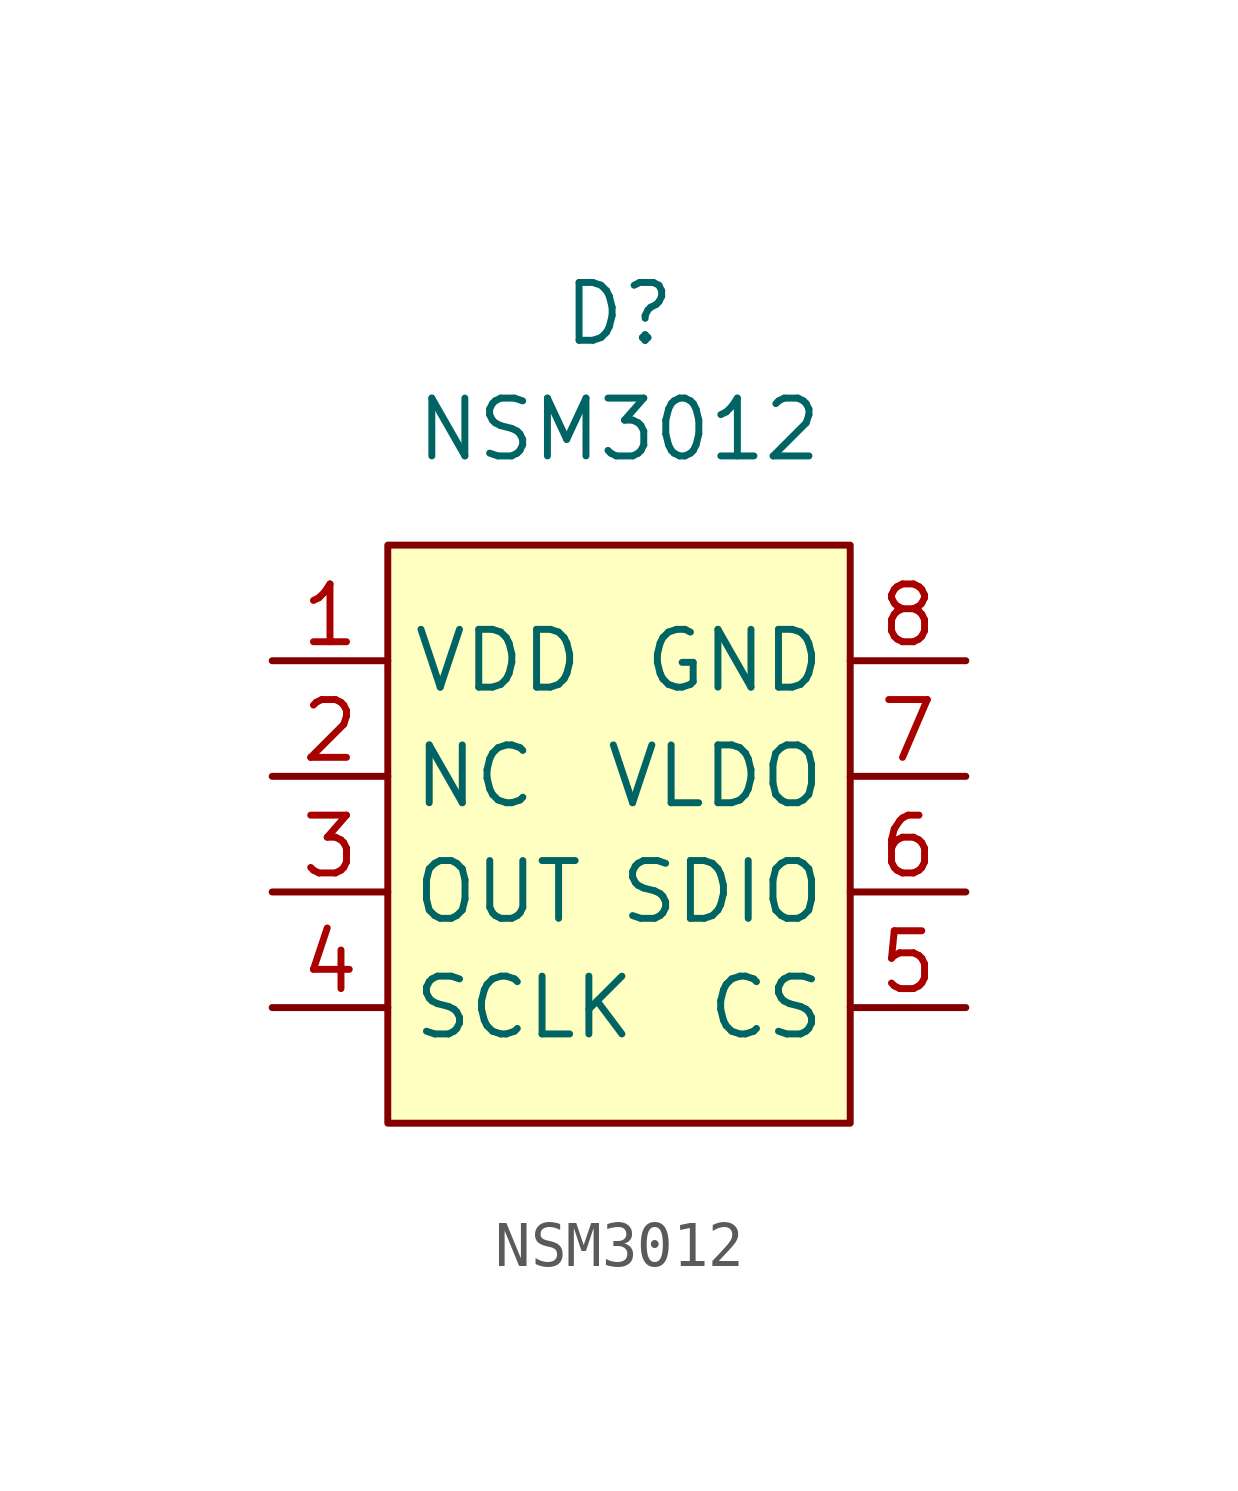
<source format=kicad_sym>
(kicad_symbol_lib
  (version 20220914)
  (generator kicad_symbol_editor)
  (symbol "NSM3012"
    (property "Reference" "D"
      (at 0 5.08 0)
      (effects (font (size 1.27 1.27))))
    (property "Value" "NSM3012"
      (at 0 2.54 0)
      (effects (font (size 1.27 1.27))))
    (symbol "NSM3012_1_1"
      (rectangle (start -5.08 0) (end 5.08 -12.7) (stroke (width 0) (type default)) (fill (type background)))
      (pin input line (at -7.62 -2.54 0) (length 2.54) (name "VDD" (effects (font (size 1.27 1.27)))) (number "1" (effects (font (size 1.27 1.27)))))
      (pin input line (at -7.62 -5.08 0) (length 2.54) (name "NC" (effects (font (size 1.27 1.27)))) (number "2" (effects (font (size 1.27 1.27)))))
      (pin input line (at -7.62 -7.62 0) (length 2.54) (name "OUT" (effects (font (size 1.27 1.27)))) (number "3" (effects (font (size 1.27 1.27)))))
      (pin input line (at -7.62 -10.16 0) (length 2.54) (name "SCLK" (effects (font (size 1.27 1.27)))) (number "4" (effects (font (size 1.27 1.27)))))
      (pin input line (at 7.62 -10.16 180) (length 2.54) (name "CS" (effects (font (size 1.27 1.27)))) (number "5" (effects (font (size 1.27 1.27)))))
      (pin input line (at 7.62 -7.62 180) (length 2.54) (name "SDIO" (effects (font (size 1.27 1.27)))) (number "6" (effects (font (size 1.27 1.27)))))
      (pin input line (at 7.62 -5.08 180) (length 2.54) (name "VLDO" (effects (font (size 1.27 1.27)))) (number "7" (effects (font (size 1.27 1.27)))))
      (pin input line (at 7.62 -2.54 180) (length 2.54) (name "GND" (effects (font (size 1.27 1.27)))) (number "8" (effects (font (size 1.27 1.27))))))))
</source>
